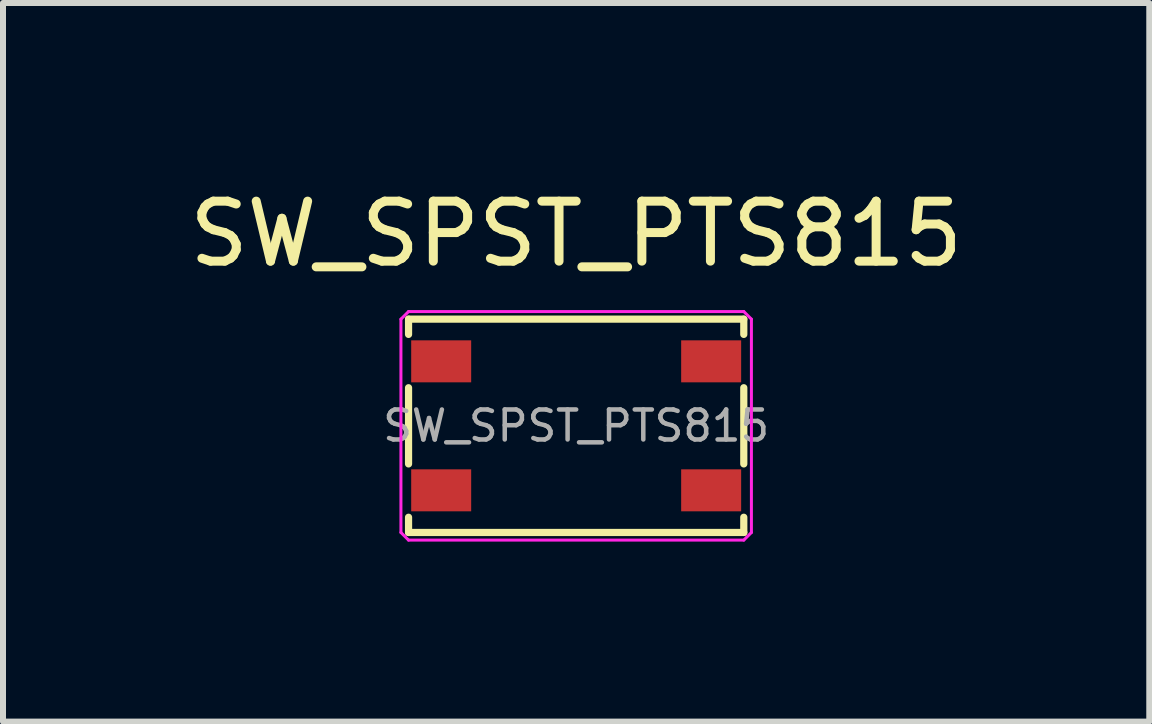
<source format=kicad_pcb>
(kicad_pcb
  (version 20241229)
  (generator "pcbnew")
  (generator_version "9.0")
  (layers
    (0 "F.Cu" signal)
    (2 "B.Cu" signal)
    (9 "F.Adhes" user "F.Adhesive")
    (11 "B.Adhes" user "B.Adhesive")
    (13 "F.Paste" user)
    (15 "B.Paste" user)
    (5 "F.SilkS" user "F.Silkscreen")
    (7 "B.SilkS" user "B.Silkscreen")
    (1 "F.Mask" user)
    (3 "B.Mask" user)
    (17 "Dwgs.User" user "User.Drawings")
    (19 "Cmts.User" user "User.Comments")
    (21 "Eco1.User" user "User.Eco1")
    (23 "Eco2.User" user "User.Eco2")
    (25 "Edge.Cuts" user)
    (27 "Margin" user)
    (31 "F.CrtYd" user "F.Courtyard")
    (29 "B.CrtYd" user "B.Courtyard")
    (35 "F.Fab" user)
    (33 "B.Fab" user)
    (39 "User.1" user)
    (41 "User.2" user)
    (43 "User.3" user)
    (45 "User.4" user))
  (footprint "SW_SPST_PTS815"
    (layer "F.Cu")
    (at 6.554 4.048)
    (property "Reference" "SW_SPST_PTS815" (at 0 -3.2 0) (layer "F.SilkS") (effects (font (size 1 1) (thickness 0.15))))
    (attr smd)
    (fp_line (start -2.794 -1.778) (end -2.794 -1.524) (stroke (width 0.12) (type solid)) (layer "F.SilkS"))
    (fp_line (start -2.794 0.635) (end -2.794 -0.635) (stroke (width 0.12) (type solid)) (layer "F.SilkS"))
    (fp_line (start -2.794 1.778) (end -2.794 1.524) (stroke (width 0.12) (type solid)) (layer "F.SilkS"))
    (fp_line (start 2.794 -1.778) (end -2.794 -1.778) (stroke (width 0.12) (type solid)) (layer "F.SilkS"))
    (fp_line (start 2.794 -1.524) (end 2.794 -1.778) (stroke (width 0.12) (type solid)) (layer "F.SilkS"))
    (fp_line (start 2.794 -0.635) (end 2.794 0.635) (stroke (width 0.12) (type solid)) (layer "F.SilkS"))
    (fp_line (start 2.794 1.524) (end 2.794 1.778) (stroke (width 0.12) (type solid)) (layer "F.SilkS"))
    (fp_line (start 2.794 1.778) (end -2.794 1.778) (stroke (width 0.12) (type solid)) (layer "F.SilkS"))
    (fp_line (start -2.921 -1.778) (end -2.794 -1.905) (stroke (width 0.05) (type solid)) (layer "F.CrtYd"))
    (fp_line (start -2.921 1.778) (end -2.921 -1.778) (stroke (width 0.05) (type solid)) (layer "F.CrtYd"))
    (fp_line (start -2.921 1.778) (end -2.794 1.905) (stroke (width 0.05) (type solid)) (layer "F.CrtYd"))
    (fp_line (start -2.794 -1.905) (end 2.794 -1.905) (stroke (width 0.05) (type solid)) (layer "F.CrtYd"))
    (fp_line (start 2.794 -1.905) (end 2.921 -1.778) (stroke (width 0.05) (type solid)) (layer "F.CrtYd"))
    (fp_line (start 2.794 1.905) (end -2.794 1.905) (stroke (width 0.05) (type solid)) (layer "F.CrtYd"))
    (fp_line (start 2.794 1.905) (end 2.921 1.778) (stroke (width 0.05) (type solid)) (layer "F.CrtYd"))
    (fp_line (start 2.921 -1.778) (end 2.921 1.778) (stroke (width 0.05) (type solid)) (layer "F.CrtYd"))
    (fp_text user "${REFERENCE}" (at 0 0 0) (layer "F.Fab") (effects (font (size 0.5 0.5) (thickness 0.075))))
    (pad "1" smd rect (at -2.25 -1.075) (size 1 0.7) (layers "F.Cu" "F.Mask" "F.Paste"))
    (pad "1" smd rect (at 2.25 -1.075) (size 1 0.7) (layers "F.Cu" "F.Mask" "F.Paste"))
    (pad "2" smd rect (at -2.25 1.075) (size 1 0.7) (layers "F.Cu" "F.Mask" "F.Paste"))
    (pad "2" smd rect (at 2.25 1.075) (size 1 0.7) (layers "F.Cu" "F.Mask" "F.Paste")))
  (gr_rect
    (start -3 -3)
    (end 16.107 8.978)
    (stroke (width 0.1) (type default))
    (fill no)
    (layer "Edge.Cuts")))
</source>
